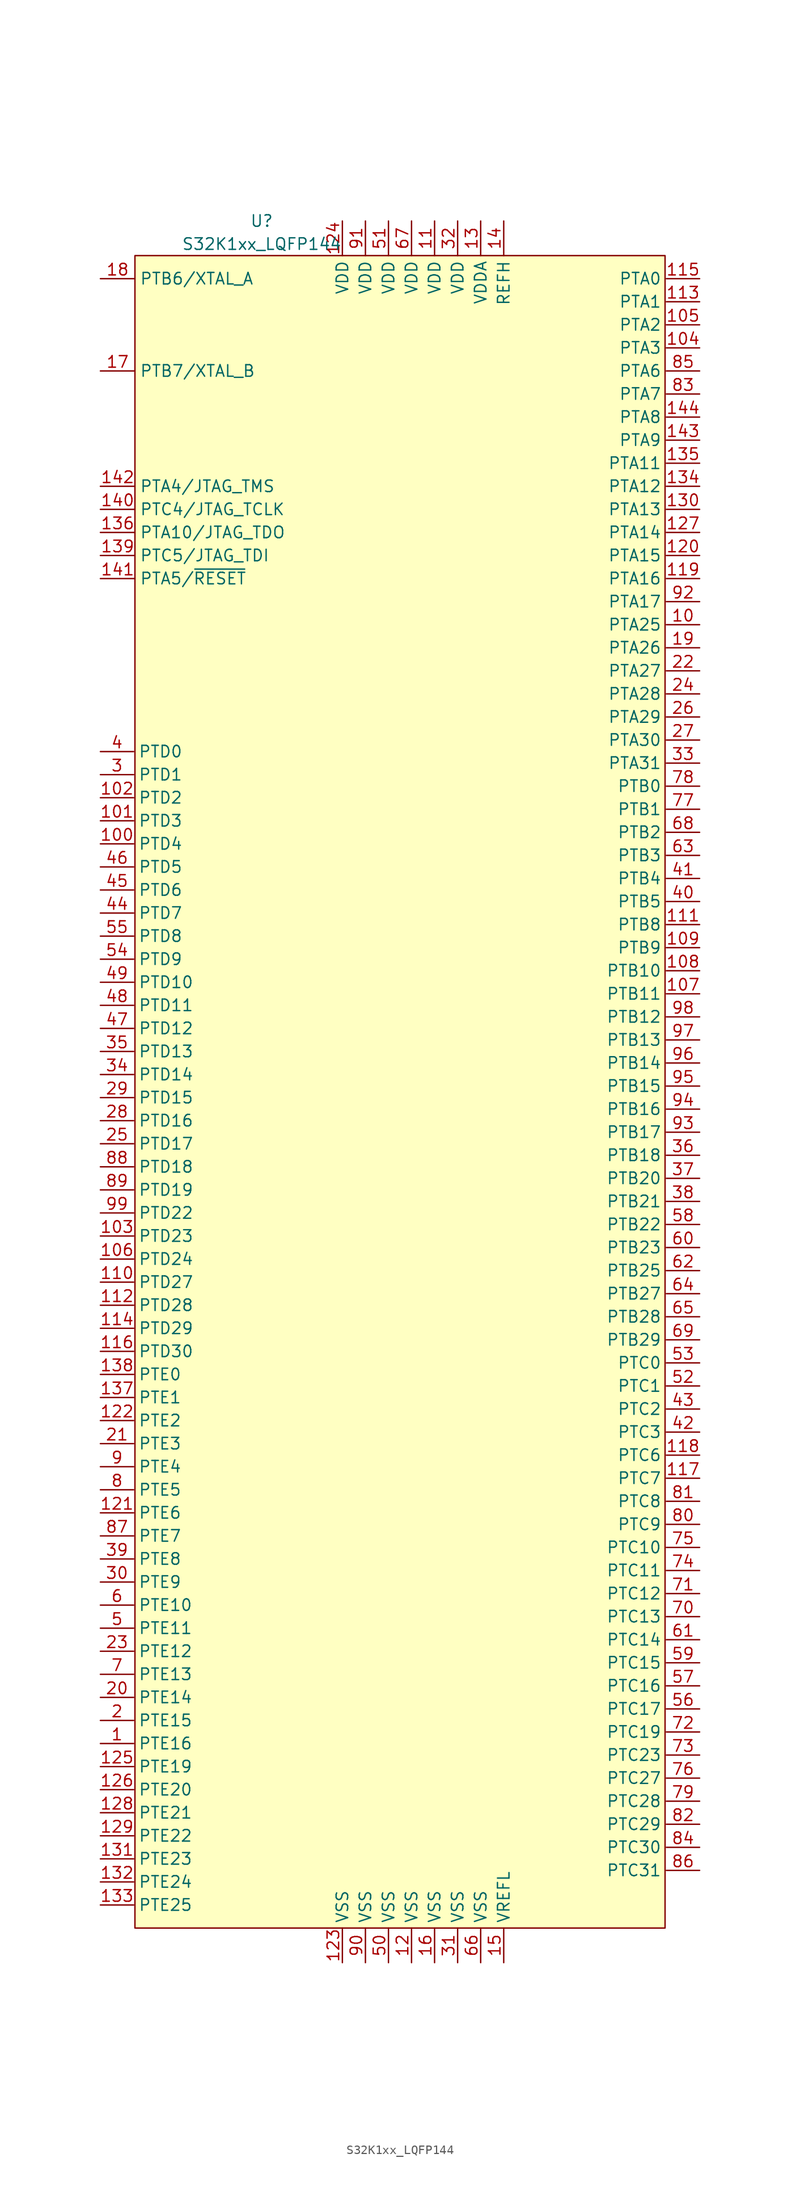
<source format=kicad_sym>
(kicad_symbol_lib
  (version 20211014)
  (generator kicad_symbol_editor)
  (symbol "S32K1xx_LQFP144"
    (property "Reference" "U"
      (at -17.78 97.79 0)
      (effects (font (size 1.27 1.27))))
    (property "Value" "S32K1xx_LQFP144"
      (at -17.78 95.25 0)
      (effects (font (size 1.27 1.27))))
    (symbol "S32K1xx_LQFP144_0_1"
      (rectangle (start -31.75 93.98) (end 26.67 -90.17) (stroke (width 0) (type default) (color 0 0 0 0)) (fill (type background))))
    (symbol "S32K1xx_LQFP144_1_1"
      (pin bidirectional line (at -35.56 -69.85 0) (length 3.667) (name "PTE16" (effects (font (size 1.27 1.27)))) (number "1" (effects (font (size 1.27 1.27)))))
      (pin bidirectional line (at 30.48 53.34 180) (length 3.667) (name "PTA25" (effects (font (size 1.27 1.27)))) (number "10" (effects (font (size 1.27 1.27)))))
      (pin bidirectional line (at -35.56 29.21 0) (length 3.667) (name "PTD4" (effects (font (size 1.27 1.27)))) (number "100" (effects (font (size 1.27 1.27)))))
      (pin bidirectional line (at -35.56 31.75 0) (length 3.667) (name "PTD3" (effects (font (size 1.27 1.27)))) (number "101" (effects (font (size 1.27 1.27)))))
      (pin bidirectional line (at -35.56 34.29 0) (length 3.667) (name "PTD2" (effects (font (size 1.27 1.27)))) (number "102" (effects (font (size 1.27 1.27)))))
      (pin bidirectional line (at -35.56 -13.97 0) (length 3.667) (name "PTD23" (effects (font (size 1.27 1.27)))) (number "103" (effects (font (size 1.27 1.27)))))
      (pin bidirectional line (at 30.48 83.82 180) (length 3.667) (name "PTA3" (effects (font (size 1.27 1.27)))) (number "104" (effects (font (size 1.27 1.27)))))
      (pin bidirectional line (at 30.48 86.36 180) (length 3.667) (name "PTA2" (effects (font (size 1.27 1.27)))) (number "105" (effects (font (size 1.27 1.27)))))
      (pin bidirectional line (at -35.56 -16.51 0) (length 3.667) (name "PTD24" (effects (font (size 1.27 1.27)))) (number "106" (effects (font (size 1.27 1.27)))))
      (pin bidirectional line (at 30.48 12.7 180) (length 3.667) (name "PTB11" (effects (font (size 1.27 1.27)))) (number "107" (effects (font (size 1.27 1.27)))))
      (pin bidirectional line (at 30.48 15.24 180) (length 3.667) (name "PTB10" (effects (font (size 1.27 1.27)))) (number "108" (effects (font (size 1.27 1.27)))))
      (pin bidirectional line (at 30.48 17.78 180) (length 3.667) (name "PTB9" (effects (font (size 1.27 1.27)))) (number "109" (effects (font (size 1.27 1.27)))))
      (pin power_in line (at 1.27 97.79 270) (length 3.81) (name "VDD" (effects (font (size 1.27 1.27)))) (number "11" (effects (font (size 1.27 1.27)))))
      (pin bidirectional line (at -35.56 -19.05 0) (length 3.667) (name "PTD27" (effects (font (size 1.27 1.27)))) (number "110" (effects (font (size 1.27 1.27)))))
      (pin bidirectional line (at 30.48 20.32 180) (length 3.667) (name "PTB8" (effects (font (size 1.27 1.27)))) (number "111" (effects (font (size 1.27 1.27)))))
      (pin bidirectional line (at -35.56 -21.59 0) (length 3.667) (name "PTD28" (effects (font (size 1.27 1.27)))) (number "112" (effects (font (size 1.27 1.27)))))
      (pin bidirectional line (at 30.48 88.9 180) (length 3.667) (name "PTA1" (effects (font (size 1.27 1.27)))) (number "113" (effects (font (size 1.27 1.27)))))
      (pin bidirectional line (at -35.56 -24.13 0) (length 3.667) (name "PTD29" (effects (font (size 1.27 1.27)))) (number "114" (effects (font (size 1.27 1.27)))))
      (pin bidirectional line (at 30.48 91.44 180) (length 3.667) (name "PTA0" (effects (font (size 1.27 1.27)))) (number "115" (effects (font (size 1.27 1.27)))))
      (pin bidirectional line (at -35.56 -26.67 0) (length 3.667) (name "PTD30" (effects (font (size 1.27 1.27)))) (number "116" (effects (font (size 1.27 1.27)))))
      (pin bidirectional line (at 30.48 -40.64 180) (length 3.667) (name "PTC7" (effects (font (size 1.27 1.27)))) (number "117" (effects (font (size 1.27 1.27)))))
      (pin bidirectional line (at 30.48 -38.1 180) (length 3.667) (name "PTC6" (effects (font (size 1.27 1.27)))) (number "118" (effects (font (size 1.27 1.27)))))
      (pin bidirectional line (at 30.48 58.42 180) (length 3.667) (name "PTA16" (effects (font (size 1.27 1.27)))) (number "119" (effects (font (size 1.27 1.27)))))
      (pin power_in line (at -1.27 -93.98 90) (length 3.81) (name "VSS" (effects (font (size 1.27 1.27)))) (number "12" (effects (font (size 1.27 1.27)))))
      (pin bidirectional line (at 30.48 60.96 180) (length 3.667) (name "PTA15" (effects (font (size 1.27 1.27)))) (number "120" (effects (font (size 1.27 1.27)))))
      (pin bidirectional line (at -35.56 -44.45 0) (length 3.667) (name "PTE6" (effects (font (size 1.27 1.27)))) (number "121" (effects (font (size 1.27 1.27)))))
      (pin bidirectional line (at -35.56 -34.29 0) (length 3.667) (name "PTE2" (effects (font (size 1.27 1.27)))) (number "122" (effects (font (size 1.27 1.27)))))
      (pin power_in line (at -8.89 -93.98 90) (length 3.81) (name "VSS" (effects (font (size 1.27 1.27)))) (number "123" (effects (font (size 1.27 1.27)))))
      (pin power_in line (at -8.89 97.79 270) (length 3.81) (name "VDD" (effects (font (size 1.27 1.27)))) (number "124" (effects (font (size 1.27 1.27)))))
      (pin bidirectional line (at -35.56 -72.39 0) (length 3.667) (name "PTE19" (effects (font (size 1.27 1.27)))) (number "125" (effects (font (size 1.27 1.27)))))
      (pin bidirectional line (at -35.56 -74.93 0) (length 3.667) (name "PTE20" (effects (font (size 1.27 1.27)))) (number "126" (effects (font (size 1.27 1.27)))))
      (pin bidirectional line (at 30.48 63.5 180) (length 3.667) (name "PTA14" (effects (font (size 1.27 1.27)))) (number "127" (effects (font (size 1.27 1.27)))))
      (pin bidirectional line (at -35.56 -77.47 0) (length 3.667) (name "PTE21" (effects (font (size 1.27 1.27)))) (number "128" (effects (font (size 1.27 1.27)))))
      (pin bidirectional line (at -35.56 -80.01 0) (length 3.667) (name "PTE22" (effects (font (size 1.27 1.27)))) (number "129" (effects (font (size 1.27 1.27)))))
      (pin power_in line (at 6.35 97.79 270) (length 3.81) (name "VDDA" (effects (font (size 1.27 1.27)))) (number "13" (effects (font (size 1.27 1.27)))))
      (pin bidirectional line (at 30.48 66.04 180) (length 3.667) (name "PTA13" (effects (font (size 1.27 1.27)))) (number "130" (effects (font (size 1.27 1.27)))))
      (pin bidirectional line (at -35.56 -82.55 0) (length 3.667) (name "PTE23" (effects (font (size 1.27 1.27)))) (number "131" (effects (font (size 1.27 1.27)))))
      (pin bidirectional line (at -35.56 -85.09 0) (length 3.667) (name "PTE24" (effects (font (size 1.27 1.27)))) (number "132" (effects (font (size 1.27 1.27)))))
      (pin bidirectional line (at -35.56 -87.63 0) (length 3.667) (name "PTE25" (effects (font (size 1.27 1.27)))) (number "133" (effects (font (size 1.27 1.27)))))
      (pin bidirectional line (at 30.48 68.58 180) (length 3.667) (name "PTA12" (effects (font (size 1.27 1.27)))) (number "134" (effects (font (size 1.27 1.27)))))
      (pin bidirectional line (at 30.48 71.12 180) (length 3.667) (name "PTA11" (effects (font (size 1.27 1.27)))) (number "135" (effects (font (size 1.27 1.27)))))
      (pin bidirectional line (at -35.56 63.5 0) (length 3.81) (name "PTA10/JTAG_TDO" (effects (font (size 1.27 1.27)))) (number "136" (effects (font (size 1.27 1.27)))))
      (pin bidirectional line (at -35.56 -31.75 0) (length 3.667) (name "PTE1" (effects (font (size 1.27 1.27)))) (number "137" (effects (font (size 1.27 1.27)))))
      (pin bidirectional line (at -35.56 -29.21 0) (length 3.667) (name "PTE0" (effects (font (size 1.27 1.27)))) (number "138" (effects (font (size 1.27 1.27)))))
      (pin bidirectional line (at -35.56 60.96 0) (length 3.81) (name "PTC5/JTAG_TDI" (effects (font (size 1.27 1.27)))) (number "139" (effects (font (size 1.27 1.27)))))
      (pin power_in line (at 8.89 97.79 270) (length 3.81) (name "REFH" (effects (font (size 1.27 1.27)))) (number "14" (effects (font (size 1.27 1.27)))))
      (pin bidirectional line (at -35.56 66.04 0) (length 3.81) (name "PTC4/JTAG_TCLK" (effects (font (size 1.27 1.27)))) (number "140" (effects (font (size 1.27 1.27)))))
      (pin bidirectional line (at -35.56 58.42 0) (length 3.81) (name "PTA5/~{RESET}" (effects (font (size 1.27 1.27)))) (number "141" (effects (font (size 1.27 1.27)))))
      (pin bidirectional line (at -35.56 68.58 0) (length 3.81) (name "PTA4/JTAG_TMS" (effects (font (size 1.27 1.27)))) (number "142" (effects (font (size 1.27 1.27)))))
      (pin bidirectional line (at 30.48 73.66 180) (length 3.667) (name "PTA9" (effects (font (size 1.27 1.27)))) (number "143" (effects (font (size 1.27 1.27)))))
      (pin bidirectional line (at 30.48 76.2 180) (length 3.667) (name "PTA8" (effects (font (size 1.27 1.27)))) (number "144" (effects (font (size 1.27 1.27)))))
      (pin power_in line (at 8.89 -93.98 90) (length 3.81) (name "VREFL" (effects (font (size 1.27 1.27)))) (number "15" (effects (font (size 1.27 1.27)))))
      (pin power_in line (at 1.27 -93.98 90) (length 3.81) (name "VSS" (effects (font (size 1.27 1.27)))) (number "16" (effects (font (size 1.27 1.27)))))
      (pin bidirectional line (at -35.56 81.28 0) (length 3.81) (name "PTB7/XTAL_B" (effects (font (size 1.27 1.27)))) (number "17" (effects (font (size 1.27 1.27)))))
      (pin bidirectional line (at -35.56 91.44 0) (length 3.81) (name "PTB6/XTAL_A" (effects (font (size 1.27 1.27)))) (number "18" (effects (font (size 1.27 1.27)))))
      (pin bidirectional line (at 30.48 50.8 180) (length 3.667) (name "PTA26" (effects (font (size 1.27 1.27)))) (number "19" (effects (font (size 1.27 1.27)))))
      (pin bidirectional line (at -35.56 -67.31 0) (length 3.667) (name "PTE15" (effects (font (size 1.27 1.27)))) (number "2" (effects (font (size 1.27 1.27)))))
      (pin bidirectional line (at -35.56 -64.77 0) (length 3.667) (name "PTE14" (effects (font (size 1.27 1.27)))) (number "20" (effects (font (size 1.27 1.27)))))
      (pin bidirectional line (at -35.56 -36.83 0) (length 3.667) (name "PTE3" (effects (font (size 1.27 1.27)))) (number "21" (effects (font (size 1.27 1.27)))))
      (pin bidirectional line (at 30.48 48.26 180) (length 3.667) (name "PTA27" (effects (font (size 1.27 1.27)))) (number "22" (effects (font (size 1.27 1.27)))))
      (pin bidirectional line (at -35.56 -59.69 0) (length 3.667) (name "PTE12" (effects (font (size 1.27 1.27)))) (number "23" (effects (font (size 1.27 1.27)))))
      (pin bidirectional line (at 30.48 45.72 180) (length 3.667) (name "PTA28" (effects (font (size 1.27 1.27)))) (number "24" (effects (font (size 1.27 1.27)))))
      (pin bidirectional line (at -35.56 -3.81 0) (length 3.667) (name "PTD17" (effects (font (size 1.27 1.27)))) (number "25" (effects (font (size 1.27 1.27)))))
      (pin bidirectional line (at 30.48 43.18 180) (length 3.667) (name "PTA29" (effects (font (size 1.27 1.27)))) (number "26" (effects (font (size 1.27 1.27)))))
      (pin bidirectional line (at 30.48 40.64 180) (length 3.667) (name "PTA30" (effects (font (size 1.27 1.27)))) (number "27" (effects (font (size 1.27 1.27)))))
      (pin bidirectional line (at -35.56 -1.27 0) (length 3.667) (name "PTD16" (effects (font (size 1.27 1.27)))) (number "28" (effects (font (size 1.27 1.27)))))
      (pin bidirectional line (at -35.56 1.27 0) (length 3.667) (name "PTD15" (effects (font (size 1.27 1.27)))) (number "29" (effects (font (size 1.27 1.27)))))
      (pin bidirectional line (at -35.56 36.83 0) (length 3.667) (name "PTD1" (effects (font (size 1.27 1.27)))) (number "3" (effects (font (size 1.27 1.27)))))
      (pin bidirectional line (at -35.56 -52.07 0) (length 3.667) (name "PTE9" (effects (font (size 1.27 1.27)))) (number "30" (effects (font (size 1.27 1.27)))))
      (pin power_in line (at 3.81 -93.98 90) (length 3.81) (name "VSS" (effects (font (size 1.27 1.27)))) (number "31" (effects (font (size 1.27 1.27)))))
      (pin power_in line (at 3.81 97.79 270) (length 3.81) (name "VDD" (effects (font (size 1.27 1.27)))) (number "32" (effects (font (size 1.27 1.27)))))
      (pin bidirectional line (at 30.48 38.1 180) (length 3.667) (name "PTA31" (effects (font (size 1.27 1.27)))) (number "33" (effects (font (size 1.27 1.27)))))
      (pin bidirectional line (at -35.56 3.81 0) (length 3.667) (name "PTD14" (effects (font (size 1.27 1.27)))) (number "34" (effects (font (size 1.27 1.27)))))
      (pin bidirectional line (at -35.56 6.35 0) (length 3.667) (name "PTD13" (effects (font (size 1.27 1.27)))) (number "35" (effects (font (size 1.27 1.27)))))
      (pin bidirectional line (at 30.48 -5.08 180) (length 3.667) (name "PTB18" (effects (font (size 1.27 1.27)))) (number "36" (effects (font (size 1.27 1.27)))))
      (pin bidirectional line (at 30.48 -7.62 180) (length 3.667) (name "PTB20" (effects (font (size 1.27 1.27)))) (number "37" (effects (font (size 1.27 1.27)))))
      (pin bidirectional line (at 30.48 -10.16 180) (length 3.667) (name "PTB21" (effects (font (size 1.27 1.27)))) (number "38" (effects (font (size 1.27 1.27)))))
      (pin bidirectional line (at -35.56 -49.53 0) (length 3.667) (name "PTE8" (effects (font (size 1.27 1.27)))) (number "39" (effects (font (size 1.27 1.27)))))
      (pin bidirectional line (at -35.56 39.37 0) (length 3.667) (name "PTD0" (effects (font (size 1.27 1.27)))) (number "4" (effects (font (size 1.27 1.27)))))
      (pin bidirectional line (at 30.48 22.86 180) (length 3.667) (name "PTB5" (effects (font (size 1.27 1.27)))) (number "40" (effects (font (size 1.27 1.27)))))
      (pin bidirectional line (at 30.48 25.4 180) (length 3.667) (name "PTB4" (effects (font (size 1.27 1.27)))) (number "41" (effects (font (size 1.27 1.27)))))
      (pin bidirectional line (at 30.48 -35.56 180) (length 3.667) (name "PTC3" (effects (font (size 1.27 1.27)))) (number "42" (effects (font (size 1.27 1.27)))))
      (pin bidirectional line (at 30.48 -33.02 180) (length 3.667) (name "PTC2" (effects (font (size 1.27 1.27)))) (number "43" (effects (font (size 1.27 1.27)))))
      (pin bidirectional line (at -35.56 21.59 0) (length 3.667) (name "PTD7" (effects (font (size 1.27 1.27)))) (number "44" (effects (font (size 1.27 1.27)))))
      (pin bidirectional line (at -35.56 24.13 0) (length 3.667) (name "PTD6" (effects (font (size 1.27 1.27)))) (number "45" (effects (font (size 1.27 1.27)))))
      (pin bidirectional line (at -35.56 26.67 0) (length 3.667) (name "PTD5" (effects (font (size 1.27 1.27)))) (number "46" (effects (font (size 1.27 1.27)))))
      (pin bidirectional line (at -35.56 8.89 0) (length 3.667) (name "PTD12" (effects (font (size 1.27 1.27)))) (number "47" (effects (font (size 1.27 1.27)))))
      (pin bidirectional line (at -35.56 11.43 0) (length 3.667) (name "PTD11" (effects (font (size 1.27 1.27)))) (number "48" (effects (font (size 1.27 1.27)))))
      (pin bidirectional line (at -35.56 13.97 0) (length 3.667) (name "PTD10" (effects (font (size 1.27 1.27)))) (number "49" (effects (font (size 1.27 1.27)))))
      (pin bidirectional line (at -35.56 -57.15 0) (length 3.667) (name "PTE11" (effects (font (size 1.27 1.27)))) (number "5" (effects (font (size 1.27 1.27)))))
      (pin power_in line (at -3.81 -93.98 90) (length 3.81) (name "VSS" (effects (font (size 1.27 1.27)))) (number "50" (effects (font (size 1.27 1.27)))))
      (pin power_in line (at -3.81 97.79 270) (length 3.81) (name "VDD" (effects (font (size 1.27 1.27)))) (number "51" (effects (font (size 1.27 1.27)))))
      (pin bidirectional line (at 30.48 -30.48 180) (length 3.667) (name "PTC1" (effects (font (size 1.27 1.27)))) (number "52" (effects (font (size 1.27 1.27)))))
      (pin bidirectional line (at 30.48 -27.94 180) (length 3.667) (name "PTC0" (effects (font (size 1.27 1.27)))) (number "53" (effects (font (size 1.27 1.27)))))
      (pin bidirectional line (at -35.56 16.51 0) (length 3.667) (name "PTD9" (effects (font (size 1.27 1.27)))) (number "54" (effects (font (size 1.27 1.27)))))
      (pin bidirectional line (at -35.56 19.05 0) (length 3.667) (name "PTD8" (effects (font (size 1.27 1.27)))) (number "55" (effects (font (size 1.27 1.27)))))
      (pin bidirectional line (at 30.48 -66.04 180) (length 3.667) (name "PTC17" (effects (font (size 1.27 1.27)))) (number "56" (effects (font (size 1.27 1.27)))))
      (pin bidirectional line (at 30.48 -63.5 180) (length 3.667) (name "PTC16" (effects (font (size 1.27 1.27)))) (number "57" (effects (font (size 1.27 1.27)))))
      (pin bidirectional line (at 30.48 -12.7 180) (length 3.667) (name "PTB22" (effects (font (size 1.27 1.27)))) (number "58" (effects (font (size 1.27 1.27)))))
      (pin bidirectional line (at 30.48 -60.96 180) (length 3.667) (name "PTC15" (effects (font (size 1.27 1.27)))) (number "59" (effects (font (size 1.27 1.27)))))
      (pin bidirectional line (at -35.56 -54.61 0) (length 3.667) (name "PTE10" (effects (font (size 1.27 1.27)))) (number "6" (effects (font (size 1.27 1.27)))))
      (pin bidirectional line (at 30.48 -15.24 180) (length 3.667) (name "PTB23" (effects (font (size 1.27 1.27)))) (number "60" (effects (font (size 1.27 1.27)))))
      (pin bidirectional line (at 30.48 -58.42 180) (length 3.667) (name "PTC14" (effects (font (size 1.27 1.27)))) (number "61" (effects (font (size 1.27 1.27)))))
      (pin bidirectional line (at 30.48 -17.78 180) (length 3.667) (name "PTB25" (effects (font (size 1.27 1.27)))) (number "62" (effects (font (size 1.27 1.27)))))
      (pin bidirectional line (at 30.48 27.94 180) (length 3.667) (name "PTB3" (effects (font (size 1.27 1.27)))) (number "63" (effects (font (size 1.27 1.27)))))
      (pin bidirectional line (at 30.48 -20.32 180) (length 3.667) (name "PTB27" (effects (font (size 1.27 1.27)))) (number "64" (effects (font (size 1.27 1.27)))))
      (pin bidirectional line (at 30.48 -22.86 180) (length 3.667) (name "PTB28" (effects (font (size 1.27 1.27)))) (number "65" (effects (font (size 1.27 1.27)))))
      (pin power_in line (at 6.35 -93.98 90) (length 3.81) (name "VSS" (effects (font (size 1.27 1.27)))) (number "66" (effects (font (size 1.27 1.27)))))
      (pin power_in line (at -1.27 97.79 270) (length 3.81) (name "VDD" (effects (font (size 1.27 1.27)))) (number "67" (effects (font (size 1.27 1.27)))))
      (pin bidirectional line (at 30.48 30.48 180) (length 3.667) (name "PTB2" (effects (font (size 1.27 1.27)))) (number "68" (effects (font (size 1.27 1.27)))))
      (pin bidirectional line (at 30.48 -25.4 180) (length 3.667) (name "PTB29" (effects (font (size 1.27 1.27)))) (number "69" (effects (font (size 1.27 1.27)))))
      (pin bidirectional line (at -35.56 -62.23 0) (length 3.667) (name "PTE13" (effects (font (size 1.27 1.27)))) (number "7" (effects (font (size 1.27 1.27)))))
      (pin bidirectional line (at 30.48 -55.88 180) (length 3.667) (name "PTC13" (effects (font (size 1.27 1.27)))) (number "70" (effects (font (size 1.27 1.27)))))
      (pin bidirectional line (at 30.48 -53.34 180) (length 3.667) (name "PTC12" (effects (font (size 1.27 1.27)))) (number "71" (effects (font (size 1.27 1.27)))))
      (pin bidirectional line (at 30.48 -68.58 180) (length 3.667) (name "PTC19" (effects (font (size 1.27 1.27)))) (number "72" (effects (font (size 1.27 1.27)))))
      (pin bidirectional line (at 30.48 -71.12 180) (length 3.667) (name "PTC23" (effects (font (size 1.27 1.27)))) (number "73" (effects (font (size 1.27 1.27)))))
      (pin bidirectional line (at 30.48 -50.8 180) (length 3.667) (name "PTC11" (effects (font (size 1.27 1.27)))) (number "74" (effects (font (size 1.27 1.27)))))
      (pin bidirectional line (at 30.48 -48.26 180) (length 3.667) (name "PTC10" (effects (font (size 1.27 1.27)))) (number "75" (effects (font (size 1.27 1.27)))))
      (pin bidirectional line (at 30.48 -73.66 180) (length 3.667) (name "PTC27" (effects (font (size 1.27 1.27)))) (number "76" (effects (font (size 1.27 1.27)))))
      (pin bidirectional line (at 30.48 33.02 180) (length 3.667) (name "PTB1" (effects (font (size 1.27 1.27)))) (number "77" (effects (font (size 1.27 1.27)))))
      (pin bidirectional line (at 30.48 35.56 180) (length 3.667) (name "PTB0" (effects (font (size 1.27 1.27)))) (number "78" (effects (font (size 1.27 1.27)))))
      (pin bidirectional line (at 30.48 -76.2 180) (length 3.667) (name "PTC28" (effects (font (size 1.27 1.27)))) (number "79" (effects (font (size 1.27 1.27)))))
      (pin bidirectional line (at -35.56 -41.91 0) (length 3.667) (name "PTE5" (effects (font (size 1.27 1.27)))) (number "8" (effects (font (size 1.27 1.27)))))
      (pin bidirectional line (at 30.48 -45.72 180) (length 3.667) (name "PTC9" (effects (font (size 1.27 1.27)))) (number "80" (effects (font (size 1.27 1.27)))))
      (pin bidirectional line (at 30.48 -43.18 180) (length 3.667) (name "PTC8" (effects (font (size 1.27 1.27)))) (number "81" (effects (font (size 1.27 1.27)))))
      (pin bidirectional line (at 30.48 -78.74 180) (length 3.667) (name "PTC29" (effects (font (size 1.27 1.27)))) (number "82" (effects (font (size 1.27 1.27)))))
      (pin bidirectional line (at 30.48 78.74 180) (length 3.667) (name "PTA7" (effects (font (size 1.27 1.27)))) (number "83" (effects (font (size 1.27 1.27)))))
      (pin bidirectional line (at 30.48 -81.28 180) (length 3.667) (name "PTC30" (effects (font (size 1.27 1.27)))) (number "84" (effects (font (size 1.27 1.27)))))
      (pin bidirectional line (at 30.48 81.28 180) (length 3.667) (name "PTA6" (effects (font (size 1.27 1.27)))) (number "85" (effects (font (size 1.27 1.27)))))
      (pin bidirectional line (at 30.48 -83.82 180) (length 3.667) (name "PTC31" (effects (font (size 1.27 1.27)))) (number "86" (effects (font (size 1.27 1.27)))))
      (pin bidirectional line (at -35.56 -46.99 0) (length 3.667) (name "PTE7" (effects (font (size 1.27 1.27)))) (number "87" (effects (font (size 1.27 1.27)))))
      (pin bidirectional line (at -35.56 -6.35 0) (length 3.667) (name "PTD18" (effects (font (size 1.27 1.27)))) (number "88" (effects (font (size 1.27 1.27)))))
      (pin bidirectional line (at -35.56 -8.89 0) (length 3.667) (name "PTD19" (effects (font (size 1.27 1.27)))) (number "89" (effects (font (size 1.27 1.27)))))
      (pin bidirectional line (at -35.56 -39.37 0) (length 3.667) (name "PTE4" (effects (font (size 1.27 1.27)))) (number "9" (effects (font (size 1.27 1.27)))))
      (pin power_in line (at -6.35 -93.98 90) (length 3.81) (name "VSS" (effects (font (size 1.27 1.27)))) (number "90" (effects (font (size 1.27 1.27)))))
      (pin power_in line (at -6.35 97.79 270) (length 3.81) (name "VDD" (effects (font (size 1.27 1.27)))) (number "91" (effects (font (size 1.27 1.27)))))
      (pin bidirectional line (at 30.48 55.88 180) (length 3.667) (name "PTA17" (effects (font (size 1.27 1.27)))) (number "92" (effects (font (size 1.27 1.27)))))
      (pin bidirectional line (at 30.48 -2.54 180) (length 3.667) (name "PTB17" (effects (font (size 1.27 1.27)))) (number "93" (effects (font (size 1.27 1.27)))))
      (pin bidirectional line (at 30.48 0 180) (length 3.667) (name "PTB16" (effects (font (size 1.27 1.27)))) (number "94" (effects (font (size 1.27 1.27)))))
      (pin bidirectional line (at 30.48 2.54 180) (length 3.667) (name "PTB15" (effects (font (size 1.27 1.27)))) (number "95" (effects (font (size 1.27 1.27)))))
      (pin bidirectional line (at 30.48 5.08 180) (length 3.667) (name "PTB14" (effects (font (size 1.27 1.27)))) (number "96" (effects (font (size 1.27 1.27)))))
      (pin bidirectional line (at 30.48 7.62 180) (length 3.667) (name "PTB13" (effects (font (size 1.27 1.27)))) (number "97" (effects (font (size 1.27 1.27)))))
      (pin bidirectional line (at 30.48 10.16 180) (length 3.667) (name "PTB12" (effects (font (size 1.27 1.27)))) (number "98" (effects (font (size 1.27 1.27)))))
      (pin bidirectional line (at -35.56 -11.43 0) (length 3.667) (name "PTD22" (effects (font (size 1.27 1.27)))) (number "99" (effects (font (size 1.27 1.27))))))))
</source>
